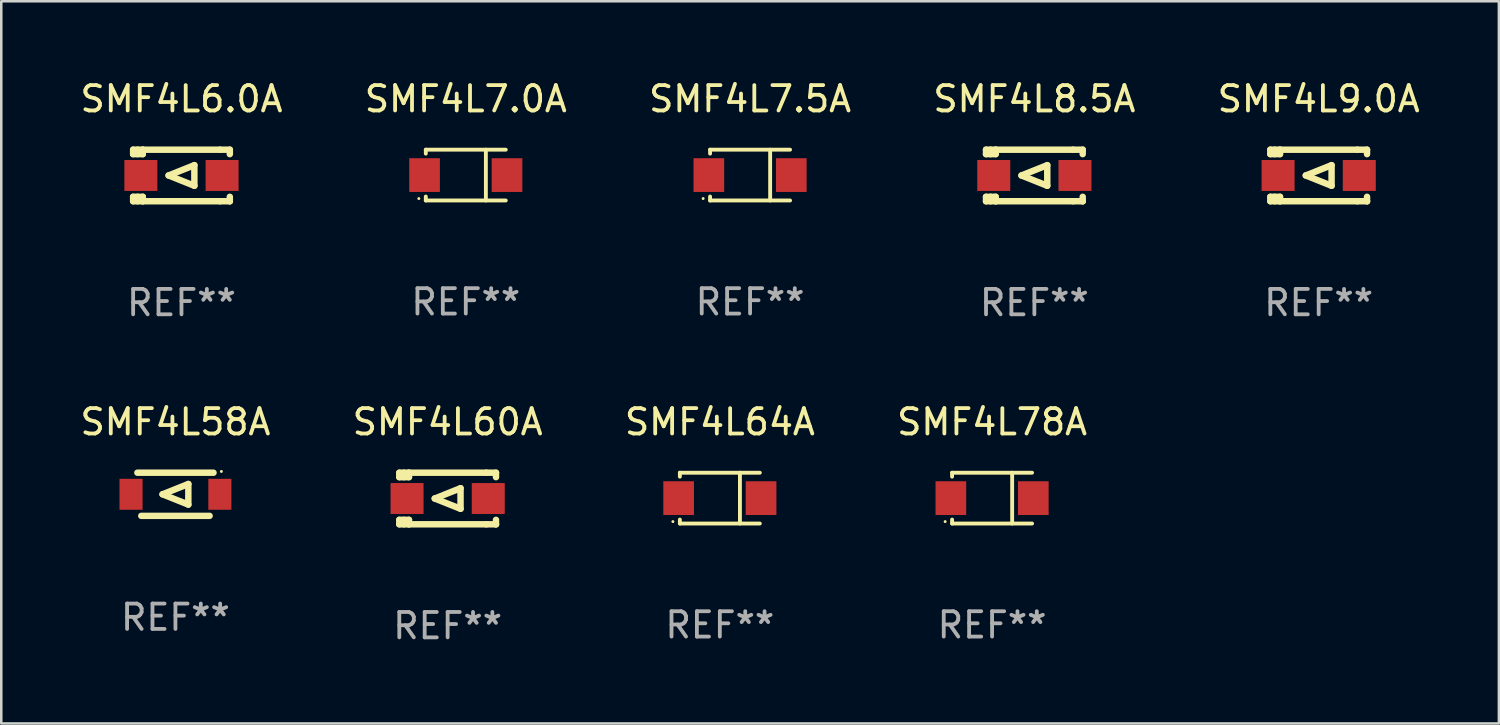
<source format=kicad_pcb>
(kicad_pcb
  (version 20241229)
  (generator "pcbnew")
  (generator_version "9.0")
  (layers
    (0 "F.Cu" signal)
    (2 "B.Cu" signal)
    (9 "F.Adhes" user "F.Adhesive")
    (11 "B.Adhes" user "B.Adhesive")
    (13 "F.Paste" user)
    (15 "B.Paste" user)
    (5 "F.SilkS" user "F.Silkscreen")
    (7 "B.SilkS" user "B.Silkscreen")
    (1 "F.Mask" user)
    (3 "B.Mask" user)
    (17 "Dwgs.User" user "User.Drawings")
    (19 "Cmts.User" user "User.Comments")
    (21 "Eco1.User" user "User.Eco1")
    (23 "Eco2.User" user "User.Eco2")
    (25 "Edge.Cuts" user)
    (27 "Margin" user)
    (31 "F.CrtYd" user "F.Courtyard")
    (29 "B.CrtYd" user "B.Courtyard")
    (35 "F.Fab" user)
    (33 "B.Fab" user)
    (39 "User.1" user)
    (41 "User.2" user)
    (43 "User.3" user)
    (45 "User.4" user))
  (footprint "SMF4L64A"
    (layer "F.Cu")
    (at 25.315 16.578)
    (property "Reference" "SMF4L64A" (at 0 -3.001 0) (layer "F.SilkS") (effects (font (size 1 1) (thickness 0.15))))
    (attr through_hole)
    (fp_line (start -1.576 -1.001) (end -1.576 -0.845) (stroke (width 0.152) (type solid)) (layer "F.SilkS"))
    (fp_line (start -1.576 -1.001) (end 1.576 -1.001) (stroke (width 0.152) (type solid)) (layer "F.SilkS"))
    (fp_line (start -1.576 0.845) (end -1.576 1.001) (stroke (width 0.152) (type solid)) (layer "F.SilkS"))
    (fp_line (start -1.576 1.001) (end 1.576 1.001) (stroke (width 0.152) (type solid)) (layer "F.SilkS"))
    (fp_line (start 0.791 -1.001) (end 0.791 1.001) (stroke (width 0.152) (type solid)) (layer "F.SilkS"))
    (fp_circle (center -1.85 0.925) (end -1.82 0.925) (stroke (width 0.06) (type solid)) (fill no) (layer "F.SilkS"))
    (fp_text user "REF**" (at 0 5.001 0) (layer "F.Fab") (effects (font (size 1 1) (thickness 0.15))))
    (pad "1" smd rect (at -1.624 0) (size 1.208 1.33) (layers "F.Cu" "F.Mask" "F.Paste"))
    (pad "2" smd rect (at 1.624 0) (size 1.208 1.33) (layers "F.Cu" "F.Mask" "F.Paste")))
  (footprint "SMF4L7.0A"
    (layer "F.Cu")
    (at 15.304 3.849)
    (property "Reference" "SMF4L7.0A" (at 0 -3.001 0) (layer "F.SilkS") (effects (font (size 1 1) (thickness 0.15))))
    (attr through_hole)
    (fp_line (start -1.576 -1.001) (end -1.576 -0.845) (stroke (width 0.152) (type solid)) (layer "F.SilkS"))
    (fp_line (start -1.576 -1.001) (end 1.576 -1.001) (stroke (width 0.152) (type solid)) (layer "F.SilkS"))
    (fp_line (start -1.576 0.845) (end -1.576 1.001) (stroke (width 0.152) (type solid)) (layer "F.SilkS"))
    (fp_line (start -1.576 1.001) (end 1.576 1.001) (stroke (width 0.152) (type solid)) (layer "F.SilkS"))
    (fp_line (start 0.791 -1.001) (end 0.791 1.001) (stroke (width 0.152) (type solid)) (layer "F.SilkS"))
    (fp_circle (center -1.85 0.925) (end -1.82 0.925) (stroke (width 0.06) (type solid)) (fill no) (layer "F.SilkS"))
    (fp_text user "REF**" (at 0 5.001 0) (layer "F.Fab") (effects (font (size 1 1) (thickness 0.15))))
    (pad "1" smd rect (at -1.624 0) (size 1.208 1.33) (layers "F.Cu" "F.Mask" "F.Paste"))
    (pad "2" smd rect (at 1.624 0) (size 1.208 1.33) (layers "F.Cu" "F.Mask" "F.Paste")))
  (footprint "SMF4L8.5A"
    (layer "F.Cu")
    (at 37.708 3.864)
    (property "Reference" "SMF4L8.5A" (at 0 -3.016 0) (layer "F.SilkS") (effects (font (size 1 1) (thickness 0.15))))
    (attr through_hole)
    (fp_line (start -1.905 -1.016) (end -1.905 -0.841) (stroke (width 0.254) (type solid)) (layer "F.SilkS"))
    (fp_line (start -1.905 0.841) (end -1.905 1.016) (stroke (width 0.254) (type solid)) (layer "F.SilkS"))
    (fp_line (start -1.905 1.016) (end -1.524 1.016) (stroke (width 0.254) (type solid)) (layer "F.SilkS"))
    (fp_line (start -1.728 -1.016) (end -1.728 -0.841) (stroke (width 0.254) (type solid)) (layer "F.SilkS"))
    (fp_line (start -1.728 0.841) (end -1.728 1.016) (stroke (width 0.254) (type solid)) (layer "F.SilkS"))
    (fp_line (start -1.524 -1.016) (end -1.905 -1.016) (stroke (width 0.254) (type solid)) (layer "F.SilkS"))
    (fp_line (start -1.524 -0.841) (end -1.905 -0.841) (stroke (width 0.254) (type solid)) (layer "F.SilkS"))
    (fp_line (start -1.524 -0.841) (end -1.524 -1.016) (stroke (width 0.254) (type solid)) (layer "F.SilkS"))
    (fp_line (start -1.524 0.841) (end -1.905 0.841) (stroke (width 0.254) (type solid)) (layer "F.SilkS"))
    (fp_line (start -1.524 1.016) (end -1.524 0.841) (stroke (width 0.254) (type solid)) (layer "F.SilkS"))
    (fp_line (start -1.524 1.016) (end 1.524 1.016) (stroke (width 0.254) (type solid)) (layer "F.SilkS"))
    (fp_line (start -0.508 0) (end 0.508 -0.406) (stroke (width 0.254) (type solid)) (layer "F.SilkS"))
    (fp_line (start 0.508 -0.406) (end 0.508 0.406) (stroke (width 0.254) (type solid)) (layer "F.SilkS"))
    (fp_line (start 0.508 0.406) (end -0.508 0) (stroke (width 0.254) (type solid)) (layer "F.SilkS"))
    (fp_line (start 1.524 -1.016) (end -1.524 -1.016) (stroke (width 0.254) (type solid)) (layer "F.SilkS"))
    (fp_line (start 1.524 -1.016) (end 1.905 -1.016) (stroke (width 0.254) (type solid)) (layer "F.SilkS"))
    (fp_line (start 1.905 -1.016) (end 1.905 -0.841) (stroke (width 0.254) (type solid)) (layer "F.SilkS"))
    (fp_line (start 1.905 0.841) (end 1.905 1.016) (stroke (width 0.254) (type solid)) (layer "F.SilkS"))
    (fp_line (start 1.905 1.016) (end 1.524 1.016) (stroke (width 0.254) (type solid)) (layer "F.SilkS"))
    (fp_line (start 1.905 1.016) (end 1.905 1.016) (stroke (width 0.254) (type solid)) (layer "F.SilkS"))
    (fp_circle (center -1.85 0.925) (end -1.82 0.925) (stroke (width 0.06) (type solid)) (fill no) (layer "F.SilkS"))
    (fp_text user "REF**" (at 0 5.016 0) (layer "F.Fab") (effects (font (size 1 1) (thickness 0.15))))
    (pad "1" smd rect (at -1.6 0) (size 1.3 1.219) (layers "F.Cu" "F.Mask" "F.Paste"))
    (pad "2" smd rect (at 1.6 0) (size 1.3 1.219) (layers "F.Cu" "F.Mask" "F.Paste")))
  (footprint "SMF4L9.0A"
    (layer "F.Cu")
    (at 48.911 3.864)
    (property "Reference" "SMF4L9.0A" (at 0 -3.016 0) (layer "F.SilkS") (effects (font (size 1 1) (thickness 0.15))))
    (attr through_hole)
    (fp_line (start -1.905 -1.016) (end -1.905 -0.841) (stroke (width 0.254) (type solid)) (layer "F.SilkS"))
    (fp_line (start -1.905 0.841) (end -1.905 1.016) (stroke (width 0.254) (type solid)) (layer "F.SilkS"))
    (fp_line (start -1.905 1.016) (end -1.524 1.016) (stroke (width 0.254) (type solid)) (layer "F.SilkS"))
    (fp_line (start -1.728 -1.016) (end -1.728 -0.841) (stroke (width 0.254) (type solid)) (layer "F.SilkS"))
    (fp_line (start -1.728 0.841) (end -1.728 1.016) (stroke (width 0.254) (type solid)) (layer "F.SilkS"))
    (fp_line (start -1.524 -1.016) (end -1.905 -1.016) (stroke (width 0.254) (type solid)) (layer "F.SilkS"))
    (fp_line (start -1.524 -0.841) (end -1.905 -0.841) (stroke (width 0.254) (type solid)) (layer "F.SilkS"))
    (fp_line (start -1.524 -0.841) (end -1.524 -1.016) (stroke (width 0.254) (type solid)) (layer "F.SilkS"))
    (fp_line (start -1.524 0.841) (end -1.905 0.841) (stroke (width 0.254) (type solid)) (layer "F.SilkS"))
    (fp_line (start -1.524 1.016) (end -1.524 0.841) (stroke (width 0.254) (type solid)) (layer "F.SilkS"))
    (fp_line (start -1.524 1.016) (end 1.524 1.016) (stroke (width 0.254) (type solid)) (layer "F.SilkS"))
    (fp_line (start -0.508 0) (end 0.508 -0.406) (stroke (width 0.254) (type solid)) (layer "F.SilkS"))
    (fp_line (start 0.508 -0.406) (end 0.508 0.406) (stroke (width 0.254) (type solid)) (layer "F.SilkS"))
    (fp_line (start 0.508 0.406) (end -0.508 0) (stroke (width 0.254) (type solid)) (layer "F.SilkS"))
    (fp_line (start 1.524 -1.016) (end -1.524 -1.016) (stroke (width 0.254) (type solid)) (layer "F.SilkS"))
    (fp_line (start 1.524 -1.016) (end 1.905 -1.016) (stroke (width 0.254) (type solid)) (layer "F.SilkS"))
    (fp_line (start 1.905 -1.016) (end 1.905 -0.841) (stroke (width 0.254) (type solid)) (layer "F.SilkS"))
    (fp_line (start 1.905 0.841) (end 1.905 1.016) (stroke (width 0.254) (type solid)) (layer "F.SilkS"))
    (fp_line (start 1.905 1.016) (end 1.524 1.016) (stroke (width 0.254) (type solid)) (layer "F.SilkS"))
    (fp_line (start 1.905 1.016) (end 1.905 1.016) (stroke (width 0.254) (type solid)) (layer "F.SilkS"))
    (fp_circle (center -1.85 0.925) (end -1.82 0.925) (stroke (width 0.06) (type solid)) (fill no) (layer "F.SilkS"))
    (fp_text user "REF**" (at 0 5.016 0) (layer "F.Fab") (effects (font (size 1 1) (thickness 0.15))))
    (pad "1" smd rect (at -1.6 0) (size 1.3 1.219) (layers "F.Cu" "F.Mask" "F.Paste"))
    (pad "2" smd rect (at 1.6 0) (size 1.3 1.219) (layers "F.Cu" "F.Mask" "F.Paste")))
  (footprint "SMF4L58A"
    (layer "F.Cu")
    (at 3.863 16.427)
    (property "Reference" "SMF4L58A" (at 0 -2.85 0) (layer "F.SilkS") (effects (font (size 1 1) (thickness 0.15))))
    (attr through_hole)
    (fp_line (start -1.5 -0.85) (end 1.5 -0.85) (stroke (width 0.254) (type solid)) (layer "F.SilkS"))
    (fp_line (start -0.508 0) (end 0.508 -0.406) (stroke (width 0.254) (type solid)) (layer "F.SilkS"))
    (fp_line (start 0.508 -0.406) (end 0.508 0.406) (stroke (width 0.254) (type solid)) (layer "F.SilkS"))
    (fp_line (start 0.508 0.406) (end -0.508 0) (stroke (width 0.254) (type solid)) (layer "F.SilkS"))
    (fp_line (start 1.346 0.85) (end -1.346 0.85) (stroke (width 0.254) (type solid)) (layer "F.SilkS"))
    (fp_circle (center 1.81 -0.9) (end 1.84 -0.9) (stroke (width 0.06) (type solid)) (fill no) (layer "F.SilkS"))
    (fp_text user "REF**" (at 0 4.85 0) (layer "F.Fab") (effects (font (size 1 1) (thickness 0.15))))
    (pad "1" smd rect (at 1.75 0) (size 0.909 1.219) (layers "F.Cu" "F.Mask" "F.Paste"))
    (pad "2" smd rect (at -1.75 0) (size 0.909 1.219) (layers "F.Cu" "F.Mask" "F.Paste")))
  (footprint "SMF4L78A"
    (layer "F.Cu")
    (at 36.042 16.578)
    (property "Reference" "SMF4L78A" (at 0 -3.001 0) (layer "F.SilkS") (effects (font (size 1 1) (thickness 0.15))))
    (attr through_hole)
    (fp_line (start -1.576 -1.001) (end -1.576 -0.845) (stroke (width 0.152) (type solid)) (layer "F.SilkS"))
    (fp_line (start -1.576 -1.001) (end 1.576 -1.001) (stroke (width 0.152) (type solid)) (layer "F.SilkS"))
    (fp_line (start -1.576 0.845) (end -1.576 1.001) (stroke (width 0.152) (type solid)) (layer "F.SilkS"))
    (fp_line (start -1.576 1.001) (end 1.576 1.001) (stroke (width 0.152) (type solid)) (layer "F.SilkS"))
    (fp_line (start 0.791 -1.001) (end 0.791 1.001) (stroke (width 0.152) (type solid)) (layer "F.SilkS"))
    (fp_circle (center -1.85 0.925) (end -1.82 0.925) (stroke (width 0.06) (type solid)) (fill no) (layer "F.SilkS"))
    (fp_text user "REF**" (at 0 5.001 0) (layer "F.Fab") (effects (font (size 1 1) (thickness 0.15))))
    (pad "1" smd rect (at -1.624 0) (size 1.208 1.33) (layers "F.Cu" "F.Mask" "F.Paste"))
    (pad "2" smd rect (at 1.624 0) (size 1.208 1.33) (layers "F.Cu" "F.Mask" "F.Paste")))
  (footprint "SMF4L6.0A"
    (layer "F.Cu")
    (at 4.101 3.864)
    (property "Reference" "SMF4L6.0A" (at 0 -3.016 0) (layer "F.SilkS") (effects (font (size 1 1) (thickness 0.15))))
    (attr through_hole)
    (fp_line (start -1.905 -1.016) (end -1.905 -0.841) (stroke (width 0.254) (type solid)) (layer "F.SilkS"))
    (fp_line (start -1.905 0.841) (end -1.905 1.016) (stroke (width 0.254) (type solid)) (layer "F.SilkS"))
    (fp_line (start -1.905 1.016) (end -1.524 1.016) (stroke (width 0.254) (type solid)) (layer "F.SilkS"))
    (fp_line (start -1.728 -1.016) (end -1.728 -0.841) (stroke (width 0.254) (type solid)) (layer "F.SilkS"))
    (fp_line (start -1.728 0.841) (end -1.728 1.016) (stroke (width 0.254) (type solid)) (layer "F.SilkS"))
    (fp_line (start -1.524 -1.016) (end -1.905 -1.016) (stroke (width 0.254) (type solid)) (layer "F.SilkS"))
    (fp_line (start -1.524 -0.841) (end -1.905 -0.841) (stroke (width 0.254) (type solid)) (layer "F.SilkS"))
    (fp_line (start -1.524 -0.841) (end -1.524 -1.016) (stroke (width 0.254) (type solid)) (layer "F.SilkS"))
    (fp_line (start -1.524 0.841) (end -1.905 0.841) (stroke (width 0.254) (type solid)) (layer "F.SilkS"))
    (fp_line (start -1.524 1.016) (end -1.524 0.841) (stroke (width 0.254) (type solid)) (layer "F.SilkS"))
    (fp_line (start -1.524 1.016) (end 1.524 1.016) (stroke (width 0.254) (type solid)) (layer "F.SilkS"))
    (fp_line (start -0.508 0) (end 0.508 -0.406) (stroke (width 0.254) (type solid)) (layer "F.SilkS"))
    (fp_line (start 0.508 -0.406) (end 0.508 0.406) (stroke (width 0.254) (type solid)) (layer "F.SilkS"))
    (fp_line (start 0.508 0.406) (end -0.508 0) (stroke (width 0.254) (type solid)) (layer "F.SilkS"))
    (fp_line (start 1.524 -1.016) (end -1.524 -1.016) (stroke (width 0.254) (type solid)) (layer "F.SilkS"))
    (fp_line (start 1.524 -1.016) (end 1.905 -1.016) (stroke (width 0.254) (type solid)) (layer "F.SilkS"))
    (fp_line (start 1.905 -1.016) (end 1.905 -0.841) (stroke (width 0.254) (type solid)) (layer "F.SilkS"))
    (fp_line (start 1.905 0.841) (end 1.905 1.016) (stroke (width 0.254) (type solid)) (layer "F.SilkS"))
    (fp_line (start 1.905 1.016) (end 1.524 1.016) (stroke (width 0.254) (type solid)) (layer "F.SilkS"))
    (fp_line (start 1.905 1.016) (end 1.905 1.016) (stroke (width 0.254) (type solid)) (layer "F.SilkS"))
    (fp_circle (center -1.85 0.925) (end -1.82 0.925) (stroke (width 0.06) (type solid)) (fill no) (layer "F.SilkS"))
    (fp_text user "REF**" (at 0 5.016 0) (layer "F.Fab") (effects (font (size 1 1) (thickness 0.15))))
    (pad "1" smd rect (at -1.6 0) (size 1.3 1.219) (layers "F.Cu" "F.Mask" "F.Paste"))
    (pad "2" smd rect (at 1.6 0) (size 1.3 1.219) (layers "F.Cu" "F.Mask" "F.Paste")))
  (footprint "SMF4L60A"
    (layer "F.Cu")
    (at 14.589 16.593)
    (property "Reference" "SMF4L60A" (at 0 -3.016 0) (layer "F.SilkS") (effects (font (size 1 1) (thickness 0.15))))
    (attr through_hole)
    (fp_line (start -1.905 -1.016) (end -1.905 -0.841) (stroke (width 0.254) (type solid)) (layer "F.SilkS"))
    (fp_line (start -1.905 0.841) (end -1.905 1.016) (stroke (width 0.254) (type solid)) (layer "F.SilkS"))
    (fp_line (start -1.905 1.016) (end -1.524 1.016) (stroke (width 0.254) (type solid)) (layer "F.SilkS"))
    (fp_line (start -1.728 -1.016) (end -1.728 -0.841) (stroke (width 0.254) (type solid)) (layer "F.SilkS"))
    (fp_line (start -1.728 0.841) (end -1.728 1.016) (stroke (width 0.254) (type solid)) (layer "F.SilkS"))
    (fp_line (start -1.524 -1.016) (end -1.905 -1.016) (stroke (width 0.254) (type solid)) (layer "F.SilkS"))
    (fp_line (start -1.524 -0.841) (end -1.905 -0.841) (stroke (width 0.254) (type solid)) (layer "F.SilkS"))
    (fp_line (start -1.524 -0.841) (end -1.524 -1.016) (stroke (width 0.254) (type solid)) (layer "F.SilkS"))
    (fp_line (start -1.524 0.841) (end -1.905 0.841) (stroke (width 0.254) (type solid)) (layer "F.SilkS"))
    (fp_line (start -1.524 1.016) (end -1.524 0.841) (stroke (width 0.254) (type solid)) (layer "F.SilkS"))
    (fp_line (start -1.524 1.016) (end 1.524 1.016) (stroke (width 0.254) (type solid)) (layer "F.SilkS"))
    (fp_line (start -0.508 0) (end 0.508 -0.406) (stroke (width 0.254) (type solid)) (layer "F.SilkS"))
    (fp_line (start 0.508 -0.406) (end 0.508 0.406) (stroke (width 0.254) (type solid)) (layer "F.SilkS"))
    (fp_line (start 0.508 0.406) (end -0.508 0) (stroke (width 0.254) (type solid)) (layer "F.SilkS"))
    (fp_line (start 1.524 -1.016) (end -1.524 -1.016) (stroke (width 0.254) (type solid)) (layer "F.SilkS"))
    (fp_line (start 1.524 -1.016) (end 1.905 -1.016) (stroke (width 0.254) (type solid)) (layer "F.SilkS"))
    (fp_line (start 1.905 -1.016) (end 1.905 -0.841) (stroke (width 0.254) (type solid)) (layer "F.SilkS"))
    (fp_line (start 1.905 0.841) (end 1.905 1.016) (stroke (width 0.254) (type solid)) (layer "F.SilkS"))
    (fp_line (start 1.905 1.016) (end 1.524 1.016) (stroke (width 0.254) (type solid)) (layer "F.SilkS"))
    (fp_line (start 1.905 1.016) (end 1.905 1.016) (stroke (width 0.254) (type solid)) (layer "F.SilkS"))
    (fp_circle (center -1.85 0.925) (end -1.82 0.925) (stroke (width 0.06) (type solid)) (fill no) (layer "F.SilkS"))
    (fp_text user "REF**" (at 0 5.016 0) (layer "F.Fab") (effects (font (size 1 1) (thickness 0.15))))
    (pad "1" smd rect (at -1.6 0) (size 1.3 1.219) (layers "F.Cu" "F.Mask" "F.Paste"))
    (pad "2" smd rect (at 1.6 0) (size 1.3 1.219) (layers "F.Cu" "F.Mask" "F.Paste")))
  (footprint "SMF4L7.5A"
    (layer "F.Cu")
    (at 26.506 3.849)
    (property "Reference" "SMF4L7.5A" (at 0 -3.001 0) (layer "F.SilkS") (effects (font (size 1 1) (thickness 0.15))))
    (attr through_hole)
    (fp_line (start -1.576 -1.001) (end -1.576 -0.845) (stroke (width 0.152) (type solid)) (layer "F.SilkS"))
    (fp_line (start -1.576 -1.001) (end 1.576 -1.001) (stroke (width 0.152) (type solid)) (layer "F.SilkS"))
    (fp_line (start -1.576 0.845) (end -1.576 1.001) (stroke (width 0.152) (type solid)) (layer "F.SilkS"))
    (fp_line (start -1.576 1.001) (end 1.576 1.001) (stroke (width 0.152) (type solid)) (layer "F.SilkS"))
    (fp_line (start 0.791 -1.001) (end 0.791 1.001) (stroke (width 0.152) (type solid)) (layer "F.SilkS"))
    (fp_circle (center -1.85 0.925) (end -1.82 0.925) (stroke (width 0.06) (type solid)) (fill no) (layer "F.SilkS"))
    (fp_text user "REF**" (at 0 5.001 0) (layer "F.Fab") (effects (font (size 1 1) (thickness 0.15))))
    (pad "1" smd rect (at -1.624 0) (size 1.208 1.33) (layers "F.Cu" "F.Mask" "F.Paste"))
    (pad "2" smd rect (at 1.624 0) (size 1.208 1.33) (layers "F.Cu" "F.Mask" "F.Paste")))
  (gr_rect
    (start -3 -3)
    (end 56.012 25.457)
    (stroke (width 0.1) (type default))
    (fill no)
    (layer "Edge.Cuts")))
</source>
